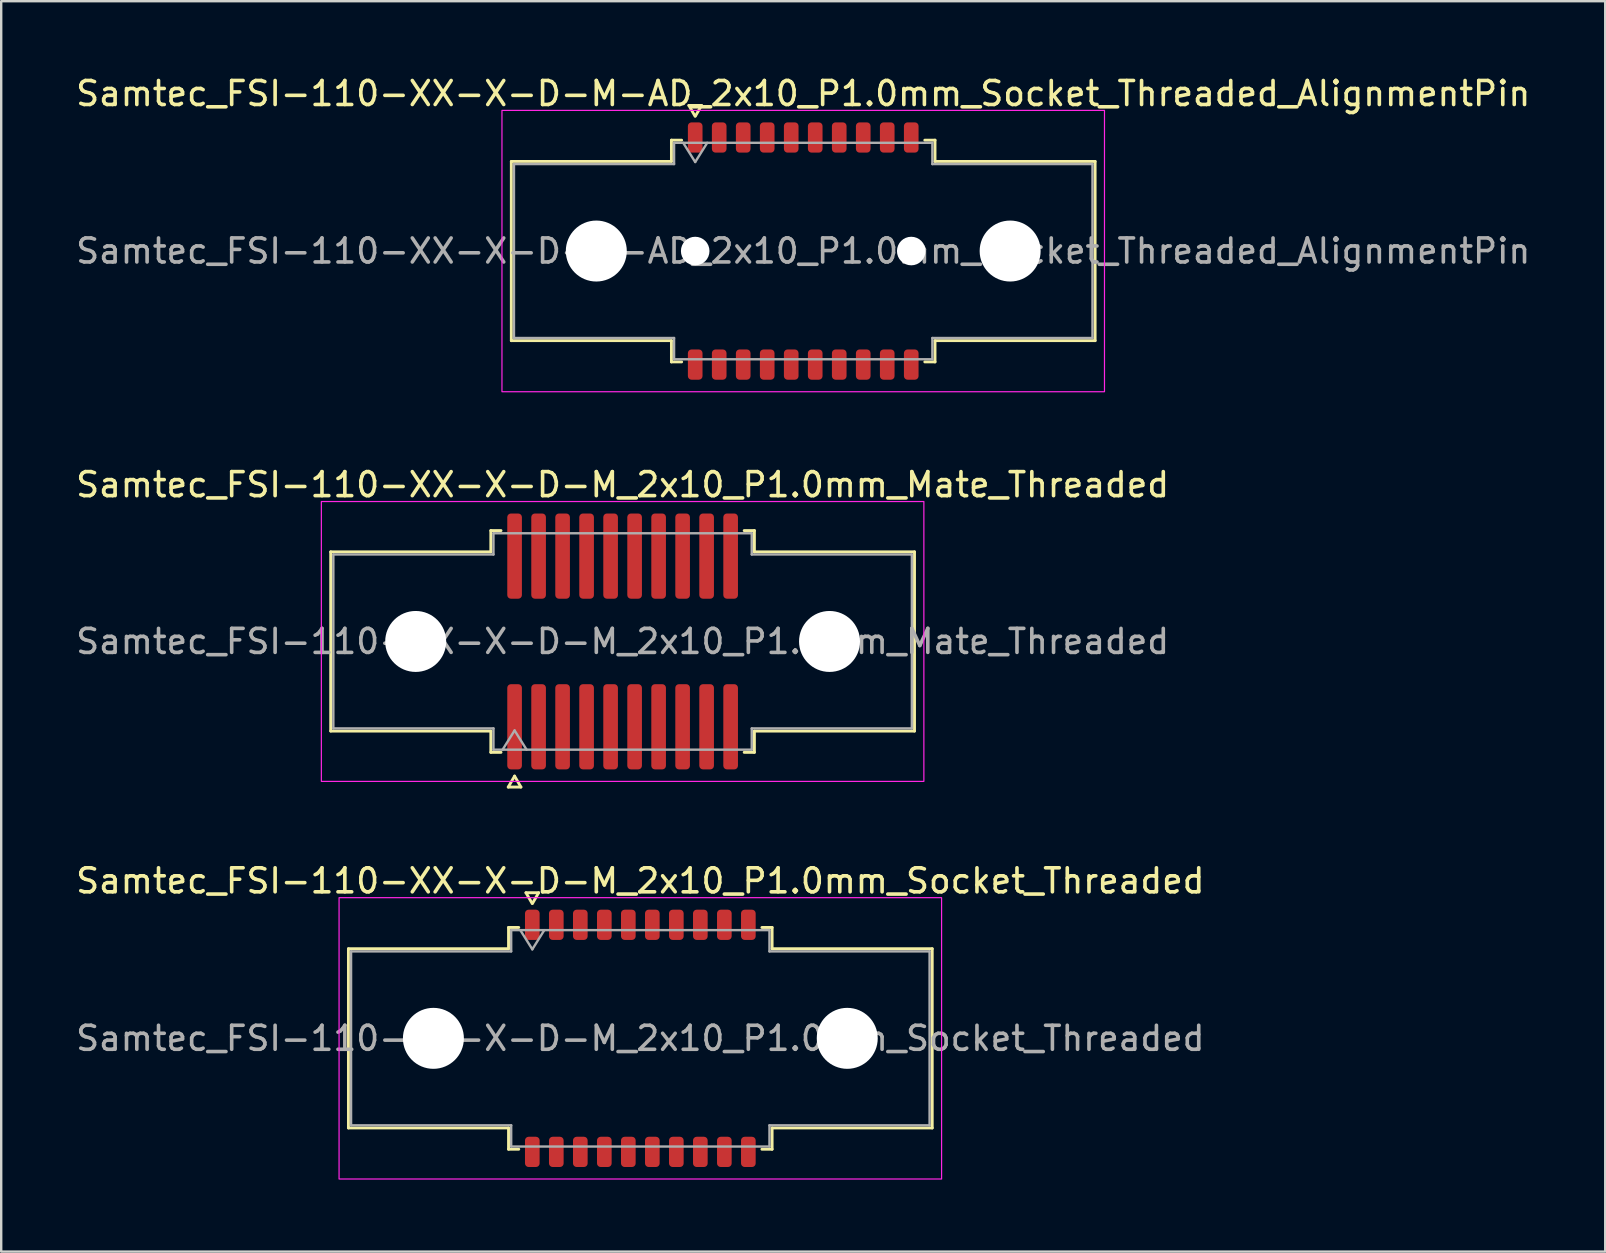
<source format=kicad_pcb>
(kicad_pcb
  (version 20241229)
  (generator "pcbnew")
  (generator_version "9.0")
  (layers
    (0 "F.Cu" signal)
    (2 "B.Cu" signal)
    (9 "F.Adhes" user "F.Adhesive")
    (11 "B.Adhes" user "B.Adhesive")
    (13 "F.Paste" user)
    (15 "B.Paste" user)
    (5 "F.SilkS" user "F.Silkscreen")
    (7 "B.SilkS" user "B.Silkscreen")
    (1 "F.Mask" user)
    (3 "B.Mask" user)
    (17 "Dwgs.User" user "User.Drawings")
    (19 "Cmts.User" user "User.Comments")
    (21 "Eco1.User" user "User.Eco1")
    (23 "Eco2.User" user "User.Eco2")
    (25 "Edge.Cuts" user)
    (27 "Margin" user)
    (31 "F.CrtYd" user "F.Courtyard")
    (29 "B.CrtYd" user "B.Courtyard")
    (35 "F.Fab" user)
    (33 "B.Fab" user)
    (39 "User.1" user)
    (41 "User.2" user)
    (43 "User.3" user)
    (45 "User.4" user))
  (footprint "Samtec_FSI-110-XX-X-D-M_2x10_P1.0mm_Mate_Threaded"
    (layer "F.Cu")
    (at 22.887 23.672)
    (property "Reference" "Samtec_FSI-110-XX-X-D-M_2x10_P1.0mm_Mate_Threaded" (at 0 -6.53 0) (layer "F.SilkS") (effects (font (size 1 1) (thickness 0.15))))
    (attr exclude_from_pos_files exclude_from_bom)
    (fp_line (start -12.16 -3.733) (end -5.49 -3.733) (stroke (width 0.12) (type solid)) (layer "F.SilkS"))
    (fp_line (start -12.16 3.733) (end -12.16 -3.733) (stroke (width 0.12) (type solid)) (layer "F.SilkS"))
    (fp_line (start -5.49 -4.619) (end -5.065 -4.619) (stroke (width 0.12) (type solid)) (layer "F.SilkS"))
    (fp_line (start -5.49 -3.733) (end -5.49 -4.619) (stroke (width 0.12) (type solid)) (layer "F.SilkS"))
    (fp_line (start -5.49 3.733) (end -12.16 3.733) (stroke (width 0.12) (type solid)) (layer "F.SilkS"))
    (fp_line (start -5.49 4.619) (end -5.49 3.733) (stroke (width 0.12) (type solid)) (layer "F.SilkS"))
    (fp_line (start -5.065 4.619) (end -5.49 4.619) (stroke (width 0.12) (type solid)) (layer "F.SilkS"))
    (fp_line (start -4.764 6.066) (end -4.5 5.609) (stroke (width 0.12) (type solid)) (layer "F.SilkS"))
    (fp_line (start -4.5 5.609) (end -4.236 6.066) (stroke (width 0.12) (type solid)) (layer "F.SilkS"))
    (fp_line (start -4.236 6.066) (end -4.764 6.066) (stroke (width 0.12) (type solid)) (layer "F.SilkS"))
    (fp_line (start 5.065 -4.619) (end 5.49 -4.619) (stroke (width 0.12) (type solid)) (layer "F.SilkS"))
    (fp_line (start 5.49 -4.619) (end 5.49 -3.733) (stroke (width 0.12) (type solid)) (layer "F.SilkS"))
    (fp_line (start 5.49 -3.733) (end 12.16 -3.733) (stroke (width 0.12) (type solid)) (layer "F.SilkS"))
    (fp_line (start 5.49 3.733) (end 5.49 4.619) (stroke (width 0.12) (type solid)) (layer "F.SilkS"))
    (fp_line (start 5.49 4.619) (end 5.065 4.619) (stroke (width 0.12) (type solid)) (layer "F.SilkS"))
    (fp_line (start 12.16 -3.733) (end 12.16 3.733) (stroke (width 0.12) (type solid)) (layer "F.SilkS"))
    (fp_line (start 12.16 3.733) (end 5.49 3.733) (stroke (width 0.12) (type solid)) (layer "F.SilkS"))
    (fp_rect (start -12.55 -5.83) (end 12.55 5.83) (stroke (width 0.05) (type solid)) (fill no) (layer "F.CrtYd"))
    (fp_line (start -12.05 -3.623) (end -5.38 -3.623) (stroke (width 0.1) (type solid)) (layer "F.Fab"))
    (fp_line (start -12.05 3.623) (end -12.05 -3.623) (stroke (width 0.1) (type solid)) (layer "F.Fab"))
    (fp_line (start -5.38 -4.508) (end 5.38 -4.508) (stroke (width 0.1) (type solid)) (layer "F.Fab"))
    (fp_line (start -5.38 -3.623) (end -5.38 -4.508) (stroke (width 0.1) (type solid)) (layer "F.Fab"))
    (fp_line (start -5.38 3.623) (end -12.05 3.623) (stroke (width 0.1) (type solid)) (layer "F.Fab"))
    (fp_line (start -5.38 4.508) (end -5.38 3.623) (stroke (width 0.1) (type solid)) (layer "F.Fab"))
    (fp_line (start -5 4.508) (end -4.5 3.708) (stroke (width 0.1) (type solid)) (layer "F.Fab"))
    (fp_line (start -4.5 3.708) (end -4 4.508) (stroke (width 0.1) (type solid)) (layer "F.Fab"))
    (fp_line (start 5.38 -4.508) (end 5.38 -3.623) (stroke (width 0.1) (type solid)) (layer "F.Fab"))
    (fp_line (start 5.38 -3.623) (end 12.05 -3.623) (stroke (width 0.1) (type solid)) (layer "F.Fab"))
    (fp_line (start 5.38 3.623) (end 5.38 4.508) (stroke (width 0.1) (type solid)) (layer "F.Fab"))
    (fp_line (start 5.38 4.508) (end -5.38 4.508) (stroke (width 0.1) (type solid)) (layer "F.Fab"))
    (fp_line (start 12.05 -3.623) (end 12.05 3.623) (stroke (width 0.1) (type solid)) (layer "F.Fab"))
    (fp_line (start 12.05 3.623) (end 5.38 3.623) (stroke (width 0.1) (type solid)) (layer "F.Fab"))
    (fp_text user "${REFERENCE}" (at 0 0 0) (layer "F.Fab") (effects (font (size 1 1) (thickness 0.15))))
    (pad "" np_thru_hole circle (at -8.62 0) (size 2.54 2.54) (drill 2.54) (layers "*.Cu" "*.Mask"))
    (pad "" np_thru_hole circle (at 8.62 0) (size 2.54 2.54) (drill 2.54) (layers "*.Cu" "*.Mask"))
    (pad "1" smd roundrect (at -4.5 3.555) (size 0.61 3.55) (layers "F.Cu" "F.Mask") (roundrect_rratio 0.25))
    (pad "2" smd roundrect (at -4.5 -3.555) (size 0.61 3.55) (layers "F.Cu" "F.Mask") (roundrect_rratio 0.25))
    (pad "3" smd roundrect (at -3.5 3.555) (size 0.61 3.55) (layers "F.Cu" "F.Mask") (roundrect_rratio 0.25))
    (pad "4" smd roundrect (at -3.5 -3.555) (size 0.61 3.55) (layers "F.Cu" "F.Mask") (roundrect_rratio 0.25))
    (pad "5" smd roundrect (at -2.5 3.555) (size 0.61 3.55) (layers "F.Cu" "F.Mask") (roundrect_rratio 0.25))
    (pad "6" smd roundrect (at -2.5 -3.555) (size 0.61 3.55) (layers "F.Cu" "F.Mask") (roundrect_rratio 0.25))
    (pad "7" smd roundrect (at -1.5 3.555) (size 0.61 3.55) (layers "F.Cu" "F.Mask") (roundrect_rratio 0.25))
    (pad "8" smd roundrect (at -1.5 -3.555) (size 0.61 3.55) (layers "F.Cu" "F.Mask") (roundrect_rratio 0.25))
    (pad "9" smd roundrect (at -0.5 3.555) (size 0.61 3.55) (layers "F.Cu" "F.Mask") (roundrect_rratio 0.25))
    (pad "10" smd roundrect (at -0.5 -3.555) (size 0.61 3.55) (layers "F.Cu" "F.Mask") (roundrect_rratio 0.25))
    (pad "11" smd roundrect (at 0.5 3.555) (size 0.61 3.55) (layers "F.Cu" "F.Mask") (roundrect_rratio 0.25))
    (pad "12" smd roundrect (at 0.5 -3.555) (size 0.61 3.55) (layers "F.Cu" "F.Mask") (roundrect_rratio 0.25))
    (pad "13" smd roundrect (at 1.5 3.555) (size 0.61 3.55) (layers "F.Cu" "F.Mask") (roundrect_rratio 0.25))
    (pad "14" smd roundrect (at 1.5 -3.555) (size 0.61 3.55) (layers "F.Cu" "F.Mask") (roundrect_rratio 0.25))
    (pad "15" smd roundrect (at 2.5 3.555) (size 0.61 3.55) (layers "F.Cu" "F.Mask") (roundrect_rratio 0.25))
    (pad "16" smd roundrect (at 2.5 -3.555) (size 0.61 3.55) (layers "F.Cu" "F.Mask") (roundrect_rratio 0.25))
    (pad "17" smd roundrect (at 3.5 3.555) (size 0.61 3.55) (layers "F.Cu" "F.Mask") (roundrect_rratio 0.25))
    (pad "18" smd roundrect (at 3.5 -3.555) (size 0.61 3.55) (layers "F.Cu" "F.Mask") (roundrect_rratio 0.25))
    (pad "19" smd roundrect (at 4.5 3.555) (size 0.61 3.55) (layers "F.Cu" "F.Mask") (roundrect_rratio 0.25))
    (pad "20" smd roundrect (at 4.5 -3.555) (size 0.61 3.55) (layers "F.Cu" "F.Mask") (roundrect_rratio 0.25)))
  (footprint "Samtec_FSI-110-XX-X-D-M-AD_2x10_P1.0mm_Socket_Threaded_AlignmentPin"
    (layer "F.Cu")
    (at 30.411 7.408)
    (property "Reference" "Samtec_FSI-110-XX-X-D-M-AD_2x10_P1.0mm_Socket_Threaded_AlignmentPin" (at 0 -6.56 0) (layer "F.SilkS") (effects (font (size 1 1) (thickness 0.15))))
    (attr smd)
    (fp_line (start -12.16 -3.733) (end -5.49 -3.733) (stroke (width 0.12) (type solid)) (layer "F.SilkS"))
    (fp_line (start -12.16 3.733) (end -12.16 -3.733) (stroke (width 0.12) (type solid)) (layer "F.SilkS"))
    (fp_line (start -5.49 -4.619) (end -5.065 -4.619) (stroke (width 0.12) (type solid)) (layer "F.SilkS"))
    (fp_line (start -5.49 -3.733) (end -5.49 -4.619) (stroke (width 0.12) (type solid)) (layer "F.SilkS"))
    (fp_line (start -5.49 3.733) (end -12.16 3.733) (stroke (width 0.12) (type solid)) (layer "F.SilkS"))
    (fp_line (start -5.49 4.619) (end -5.49 3.733) (stroke (width 0.12) (type solid)) (layer "F.SilkS"))
    (fp_line (start -5.065 4.619) (end -5.49 4.619) (stroke (width 0.12) (type solid)) (layer "F.SilkS"))
    (fp_line (start -4.764 -6.066) (end -4.507 -5.62) (stroke (width 0.12) (type solid)) (layer "F.SilkS"))
    (fp_line (start -4.493 -5.62) (end -4.236 -6.066) (stroke (width 0.12) (type solid)) (layer "F.SilkS"))
    (fp_line (start -4.236 -6.066) (end -4.764 -6.066) (stroke (width 0.12) (type solid)) (layer "F.SilkS"))
    (fp_line (start 5.065 -4.619) (end 5.49 -4.619) (stroke (width 0.12) (type solid)) (layer "F.SilkS"))
    (fp_line (start 5.49 -4.619) (end 5.49 -3.733) (stroke (width 0.12) (type solid)) (layer "F.SilkS"))
    (fp_line (start 5.49 -3.733) (end 12.16 -3.733) (stroke (width 0.12) (type solid)) (layer "F.SilkS"))
    (fp_line (start 5.49 3.733) (end 5.49 4.619) (stroke (width 0.12) (type solid)) (layer "F.SilkS"))
    (fp_line (start 5.49 4.619) (end 5.065 4.619) (stroke (width 0.12) (type solid)) (layer "F.SilkS"))
    (fp_line (start 12.16 -3.733) (end 12.16 3.733) (stroke (width 0.12) (type solid)) (layer "F.SilkS"))
    (fp_line (start 12.16 3.733) (end 5.49 3.733) (stroke (width 0.12) (type solid)) (layer "F.SilkS"))
    (fp_rect (start -12.55 -5.86) (end 12.55 5.86) (stroke (width 0.05) (type solid)) (fill no) (layer "F.CrtYd"))
    (fp_line (start -12.05 -3.623) (end -5.38 -3.623) (stroke (width 0.1) (type solid)) (layer "F.Fab"))
    (fp_line (start -12.05 3.623) (end -12.05 -3.623) (stroke (width 0.1) (type solid)) (layer "F.Fab"))
    (fp_line (start -5.38 -4.508) (end 5.38 -4.508) (stroke (width 0.1) (type solid)) (layer "F.Fab"))
    (fp_line (start -5.38 -3.623) (end -5.38 -4.508) (stroke (width 0.1) (type solid)) (layer "F.Fab"))
    (fp_line (start -5.38 3.623) (end -12.05 3.623) (stroke (width 0.1) (type solid)) (layer "F.Fab"))
    (fp_line (start -5.38 4.508) (end -5.38 3.623) (stroke (width 0.1) (type solid)) (layer "F.Fab"))
    (fp_line (start -5 -4.508) (end -4.5 -3.708) (stroke (width 0.1) (type solid)) (layer "F.Fab"))
    (fp_line (start -4.5 -3.708) (end -4 -4.508) (stroke (width 0.1) (type solid)) (layer "F.Fab"))
    (fp_line (start 5.38 -4.508) (end 5.38 -3.623) (stroke (width 0.1) (type solid)) (layer "F.Fab"))
    (fp_line (start 5.38 -3.623) (end 12.05 -3.623) (stroke (width 0.1) (type solid)) (layer "F.Fab"))
    (fp_line (start 5.38 3.623) (end 5.38 4.508) (stroke (width 0.1) (type solid)) (layer "F.Fab"))
    (fp_line (start 5.38 4.508) (end -5.38 4.508) (stroke (width 0.1) (type solid)) (layer "F.Fab"))
    (fp_line (start 12.05 -3.623) (end 12.05 3.623) (stroke (width 0.1) (type solid)) (layer "F.Fab"))
    (fp_line (start 12.05 3.623) (end 5.38 3.623) (stroke (width 0.1) (type solid)) (layer "F.Fab"))
    (fp_text user "${REFERENCE}" (at 0 0 0) (layer "F.Fab") (effects (font (size 1 1) (thickness 0.15))))
    (pad "" np_thru_hole circle (at -8.62 0) (size 2.54 2.54) (drill 2.54) (layers "*.Cu" "*.Mask"))
    (pad "" np_thru_hole circle (at -4.5 0) (size 1.19 1.19) (drill 1.19) (layers "*.Cu" "*.Mask"))
    (pad "" np_thru_hole circle (at 4.5 0) (size 1.19 1.19) (drill 1.19) (layers "*.Cu" "*.Mask"))
    (pad "" np_thru_hole circle (at 8.62 0) (size 2.54 2.54) (drill 2.54) (layers "*.Cu" "*.Mask"))
    (pad "1" smd roundrect (at -4.5 -4.73) (size 0.61 1.26) (layers "F.Cu" "F.Mask" "F.Paste") (roundrect_rratio 0.25))
    (pad "2" smd roundrect (at -4.5 4.73) (size 0.61 1.26) (layers "F.Cu" "F.Mask" "F.Paste") (roundrect_rratio 0.25))
    (pad "3" smd roundrect (at -3.5 -4.73) (size 0.61 1.26) (layers "F.Cu" "F.Mask" "F.Paste") (roundrect_rratio 0.25))
    (pad "4" smd roundrect (at -3.5 4.73) (size 0.61 1.26) (layers "F.Cu" "F.Mask" "F.Paste") (roundrect_rratio 0.25))
    (pad "5" smd roundrect (at -2.5 -4.73) (size 0.61 1.26) (layers "F.Cu" "F.Mask" "F.Paste") (roundrect_rratio 0.25))
    (pad "6" smd roundrect (at -2.5 4.73) (size 0.61 1.26) (layers "F.Cu" "F.Mask" "F.Paste") (roundrect_rratio 0.25))
    (pad "7" smd roundrect (at -1.5 -4.73) (size 0.61 1.26) (layers "F.Cu" "F.Mask" "F.Paste") (roundrect_rratio 0.25))
    (pad "8" smd roundrect (at -1.5 4.73) (size 0.61 1.26) (layers "F.Cu" "F.Mask" "F.Paste") (roundrect_rratio 0.25))
    (pad "9" smd roundrect (at -0.5 -4.73) (size 0.61 1.26) (layers "F.Cu" "F.Mask" "F.Paste") (roundrect_rratio 0.25))
    (pad "10" smd roundrect (at -0.5 4.73) (size 0.61 1.26) (layers "F.Cu" "F.Mask" "F.Paste") (roundrect_rratio 0.25))
    (pad "11" smd roundrect (at 0.5 -4.73) (size 0.61 1.26) (layers "F.Cu" "F.Mask" "F.Paste") (roundrect_rratio 0.25))
    (pad "12" smd roundrect (at 0.5 4.73) (size 0.61 1.26) (layers "F.Cu" "F.Mask" "F.Paste") (roundrect_rratio 0.25))
    (pad "13" smd roundrect (at 1.5 -4.73) (size 0.61 1.26) (layers "F.Cu" "F.Mask" "F.Paste") (roundrect_rratio 0.25))
    (pad "14" smd roundrect (at 1.5 4.73) (size 0.61 1.26) (layers "F.Cu" "F.Mask" "F.Paste") (roundrect_rratio 0.25))
    (pad "15" smd roundrect (at 2.5 -4.73) (size 0.61 1.26) (layers "F.Cu" "F.Mask" "F.Paste") (roundrect_rratio 0.25))
    (pad "16" smd roundrect (at 2.5 4.73) (size 0.61 1.26) (layers "F.Cu" "F.Mask" "F.Paste") (roundrect_rratio 0.25))
    (pad "17" smd roundrect (at 3.5 -4.73) (size 0.61 1.26) (layers "F.Cu" "F.Mask" "F.Paste") (roundrect_rratio 0.25))
    (pad "18" smd roundrect (at 3.5 4.73) (size 0.61 1.26) (layers "F.Cu" "F.Mask" "F.Paste") (roundrect_rratio 0.25))
    (pad "19" smd roundrect (at 4.5 -4.73) (size 0.61 1.26) (layers "F.Cu" "F.Mask" "F.Paste") (roundrect_rratio 0.25))
    (pad "20" smd roundrect (at 4.5 4.73) (size 0.61 1.26) (layers "F.Cu" "F.Mask" "F.Paste") (roundrect_rratio 0.25)))
  (footprint "Samtec_FSI-110-XX-X-D-M_2x10_P1.0mm_Socket_Threaded"
    (layer "F.Cu")
    (at 23.625 40.206)
    (property "Reference" "Samtec_FSI-110-XX-X-D-M_2x10_P1.0mm_Socket_Threaded" (at 0 -6.56 0) (layer "F.SilkS") (effects (font (size 1 1) (thickness 0.15))))
    (attr smd)
    (fp_line (start -12.16 -3.733) (end -5.49 -3.733) (stroke (width 0.12) (type solid)) (layer "F.SilkS"))
    (fp_line (start -12.16 3.733) (end -12.16 -3.733) (stroke (width 0.12) (type solid)) (layer "F.SilkS"))
    (fp_line (start -5.49 -4.619) (end -5.065 -4.619) (stroke (width 0.12) (type solid)) (layer "F.SilkS"))
    (fp_line (start -5.49 -3.733) (end -5.49 -4.619) (stroke (width 0.12) (type solid)) (layer "F.SilkS"))
    (fp_line (start -5.49 3.733) (end -12.16 3.733) (stroke (width 0.12) (type solid)) (layer "F.SilkS"))
    (fp_line (start -5.49 4.619) (end -5.49 3.733) (stroke (width 0.12) (type solid)) (layer "F.SilkS"))
    (fp_line (start -5.065 4.619) (end -5.49 4.619) (stroke (width 0.12) (type solid)) (layer "F.SilkS"))
    (fp_line (start -4.764 -6.066) (end -4.507 -5.62) (stroke (width 0.12) (type solid)) (layer "F.SilkS"))
    (fp_line (start -4.493 -5.62) (end -4.236 -6.066) (stroke (width 0.12) (type solid)) (layer "F.SilkS"))
    (fp_line (start -4.236 -6.066) (end -4.764 -6.066) (stroke (width 0.12) (type solid)) (layer "F.SilkS"))
    (fp_line (start 5.065 -4.619) (end 5.49 -4.619) (stroke (width 0.12) (type solid)) (layer "F.SilkS"))
    (fp_line (start 5.49 -4.619) (end 5.49 -3.733) (stroke (width 0.12) (type solid)) (layer "F.SilkS"))
    (fp_line (start 5.49 -3.733) (end 12.16 -3.733) (stroke (width 0.12) (type solid)) (layer "F.SilkS"))
    (fp_line (start 5.49 3.733) (end 5.49 4.619) (stroke (width 0.12) (type solid)) (layer "F.SilkS"))
    (fp_line (start 5.49 4.619) (end 5.065 4.619) (stroke (width 0.12) (type solid)) (layer "F.SilkS"))
    (fp_line (start 12.16 -3.733) (end 12.16 3.733) (stroke (width 0.12) (type solid)) (layer "F.SilkS"))
    (fp_line (start 12.16 3.733) (end 5.49 3.733) (stroke (width 0.12) (type solid)) (layer "F.SilkS"))
    (fp_rect (start -12.55 -5.86) (end 12.55 5.86) (stroke (width 0.05) (type solid)) (fill no) (layer "F.CrtYd"))
    (fp_line (start -12.05 -3.623) (end -5.38 -3.623) (stroke (width 0.1) (type solid)) (layer "F.Fab"))
    (fp_line (start -12.05 3.623) (end -12.05 -3.623) (stroke (width 0.1) (type solid)) (layer "F.Fab"))
    (fp_line (start -5.38 -4.508) (end 5.38 -4.508) (stroke (width 0.1) (type solid)) (layer "F.Fab"))
    (fp_line (start -5.38 -3.623) (end -5.38 -4.508) (stroke (width 0.1) (type solid)) (layer "F.Fab"))
    (fp_line (start -5.38 3.623) (end -12.05 3.623) (stroke (width 0.1) (type solid)) (layer "F.Fab"))
    (fp_line (start -5.38 4.508) (end -5.38 3.623) (stroke (width 0.1) (type solid)) (layer "F.Fab"))
    (fp_line (start -5 -4.508) (end -4.5 -3.708) (stroke (width 0.1) (type solid)) (layer "F.Fab"))
    (fp_line (start -4.5 -3.708) (end -4 -4.508) (stroke (width 0.1) (type solid)) (layer "F.Fab"))
    (fp_line (start 5.38 -4.508) (end 5.38 -3.623) (stroke (width 0.1) (type solid)) (layer "F.Fab"))
    (fp_line (start 5.38 -3.623) (end 12.05 -3.623) (stroke (width 0.1) (type solid)) (layer "F.Fab"))
    (fp_line (start 5.38 3.623) (end 5.38 4.508) (stroke (width 0.1) (type solid)) (layer "F.Fab"))
    (fp_line (start 5.38 4.508) (end -5.38 4.508) (stroke (width 0.1) (type solid)) (layer "F.Fab"))
    (fp_line (start 12.05 -3.623) (end 12.05 3.623) (stroke (width 0.1) (type solid)) (layer "F.Fab"))
    (fp_line (start 12.05 3.623) (end 5.38 3.623) (stroke (width 0.1) (type solid)) (layer "F.Fab"))
    (fp_text user "${REFERENCE}" (at 0 0 0) (layer "F.Fab") (effects (font (size 1 1) (thickness 0.15))))
    (pad "" np_thru_hole circle (at -8.62 0) (size 2.54 2.54) (drill 2.54) (layers "*.Cu" "*.Mask"))
    (pad "" np_thru_hole circle (at 8.62 0) (size 2.54 2.54) (drill 2.54) (layers "*.Cu" "*.Mask"))
    (pad "1" smd roundrect (at -4.5 -4.73) (size 0.61 1.26) (layers "F.Cu" "F.Mask" "F.Paste") (roundrect_rratio 0.25))
    (pad "2" smd roundrect (at -4.5 4.73) (size 0.61 1.26) (layers "F.Cu" "F.Mask" "F.Paste") (roundrect_rratio 0.25))
    (pad "3" smd roundrect (at -3.5 -4.73) (size 0.61 1.26) (layers "F.Cu" "F.Mask" "F.Paste") (roundrect_rratio 0.25))
    (pad "4" smd roundrect (at -3.5 4.73) (size 0.61 1.26) (layers "F.Cu" "F.Mask" "F.Paste") (roundrect_rratio 0.25))
    (pad "5" smd roundrect (at -2.5 -4.73) (size 0.61 1.26) (layers "F.Cu" "F.Mask" "F.Paste") (roundrect_rratio 0.25))
    (pad "6" smd roundrect (at -2.5 4.73) (size 0.61 1.26) (layers "F.Cu" "F.Mask" "F.Paste") (roundrect_rratio 0.25))
    (pad "7" smd roundrect (at -1.5 -4.73) (size 0.61 1.26) (layers "F.Cu" "F.Mask" "F.Paste") (roundrect_rratio 0.25))
    (pad "8" smd roundrect (at -1.5 4.73) (size 0.61 1.26) (layers "F.Cu" "F.Mask" "F.Paste") (roundrect_rratio 0.25))
    (pad "9" smd roundrect (at -0.5 -4.73) (size 0.61 1.26) (layers "F.Cu" "F.Mask" "F.Paste") (roundrect_rratio 0.25))
    (pad "10" smd roundrect (at -0.5 4.73) (size 0.61 1.26) (layers "F.Cu" "F.Mask" "F.Paste") (roundrect_rratio 0.25))
    (pad "11" smd roundrect (at 0.5 -4.73) (size 0.61 1.26) (layers "F.Cu" "F.Mask" "F.Paste") (roundrect_rratio 0.25))
    (pad "12" smd roundrect (at 0.5 4.73) (size 0.61 1.26) (layers "F.Cu" "F.Mask" "F.Paste") (roundrect_rratio 0.25))
    (pad "13" smd roundrect (at 1.5 -4.73) (size 0.61 1.26) (layers "F.Cu" "F.Mask" "F.Paste") (roundrect_rratio 0.25))
    (pad "14" smd roundrect (at 1.5 4.73) (size 0.61 1.26) (layers "F.Cu" "F.Mask" "F.Paste") (roundrect_rratio 0.25))
    (pad "15" smd roundrect (at 2.5 -4.73) (size 0.61 1.26) (layers "F.Cu" "F.Mask" "F.Paste") (roundrect_rratio 0.25))
    (pad "16" smd roundrect (at 2.5 4.73) (size 0.61 1.26) (layers "F.Cu" "F.Mask" "F.Paste") (roundrect_rratio 0.25))
    (pad "17" smd roundrect (at 3.5 -4.73) (size 0.61 1.26) (layers "F.Cu" "F.Mask" "F.Paste") (roundrect_rratio 0.25))
    (pad "18" smd roundrect (at 3.5 4.73) (size 0.61 1.26) (layers "F.Cu" "F.Mask" "F.Paste") (roundrect_rratio 0.25))
    (pad "19" smd roundrect (at 4.5 -4.73) (size 0.61 1.26) (layers "F.Cu" "F.Mask" "F.Paste") (roundrect_rratio 0.25))
    (pad "20" smd roundrect (at 4.5 4.73) (size 0.61 1.26) (layers "F.Cu" "F.Mask" "F.Paste") (roundrect_rratio 0.25)))
  (gr_rect
    (start -3 -3)
    (end 63.821 49.091)
    (stroke (width 0.1) (type default))
    (fill no)
    (layer "Edge.Cuts")))
</source>
